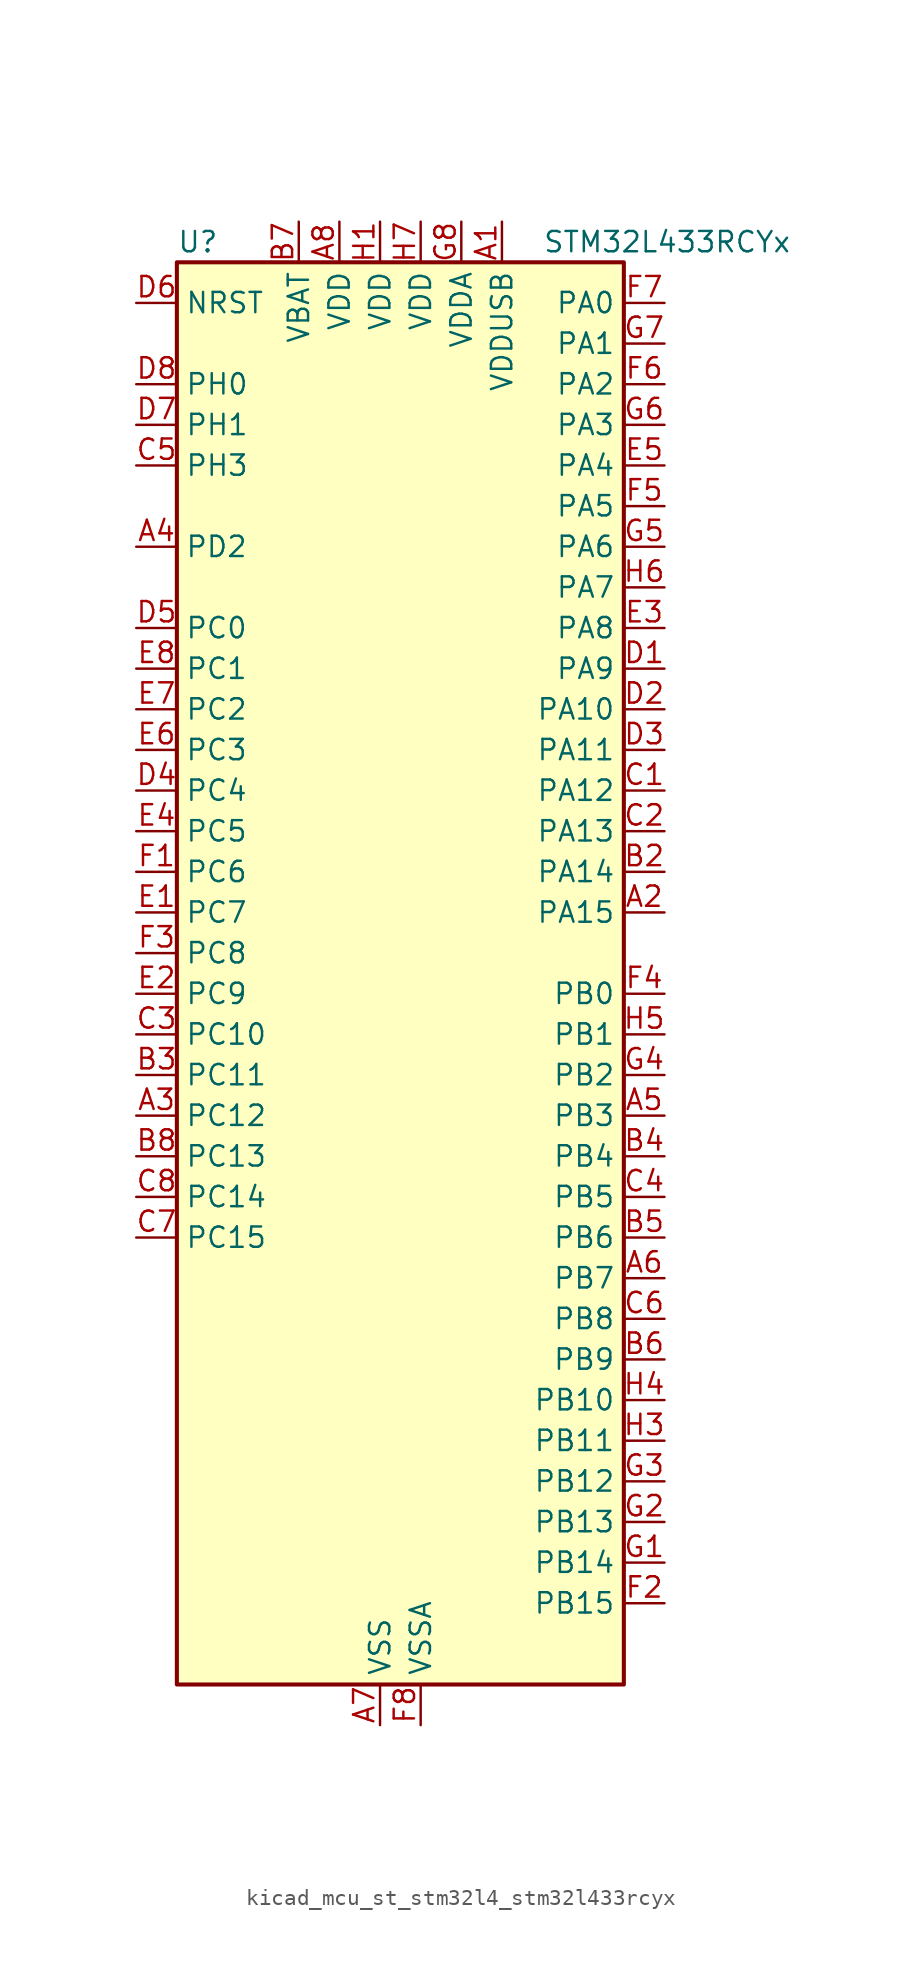
<source format=kicad_sym>
(kicad_symbol_lib
  (version 20220914)
  (generator kicad_symbol_editor)
  (symbol "kicad_mcu_st_stm32l4_stm32l433rcyx"
    (property "Reference" "U"
      (at -12.7 46.99 0)
      (effects (font (size 1.27 1.27)) (justify left)))
    (property "Value" "STM32L433RCYx"
      (at 10.16 46.99 0)
      (effects (font (size 1.27 1.27)) (justify left)))
    (property "ki_locked" ""
      (at 0 0 0)
      (effects (font (size 1.27 1.27))))
    (symbol "kicad_mcu_st_stm32l4_stm32l433rcyx_0_1"
      (rectangle (start -12.7 -43.18) (end 15.24 45.72) (stroke (width 0.254) (type default)) (fill (type background))))
    (symbol "kicad_mcu_st_stm32l4_stm32l433rcyx_1_1"
      (pin power_in line (at 7.62 48.26 270) (length 2.54) (name "VDDUSB" (effects (font (size 1.27 1.27)))) (number "A1" (effects (font (size 1.27 1.27)))))
      (pin bidirectional line (at 17.78 5.08 180) (length 2.54) (name "PA15" (effects (font (size 1.27 1.27)))) (number "A2" (effects (font (size 1.27 1.27)))) (alternate "ADC1_EXTI15" bidirectional line) (alternate "LCD_SEG17" bidirectional line) (alternate "SPI1_NSS" bidirectional line) (alternate "SPI3_NSS" bidirectional line) (alternate "SWPMI1_SUSPEND" bidirectional line) (alternate "SYS_JTDI" bidirectional line) (alternate "TIM2_CH1" bidirectional line) (alternate "TIM2_ETR" bidirectional line) (alternate "TSC_G3_IO1" bidirectional line) (alternate "USART2_RX" bidirectional line) (alternate "USART3_DE" bidirectional line) (alternate "USART3_RTS" bidirectional line))
      (pin bidirectional line (at -15.24 -7.62 0) (length 2.54) (name "PC12" (effects (font (size 1.27 1.27)))) (number "A3" (effects (font (size 1.27 1.27)))) (alternate "LCD_COM6" bidirectional line) (alternate "LCD_SEG30" bidirectional line) (alternate "LCD_SEG42" bidirectional line) (alternate "SDMMC1_CK" bidirectional line) (alternate "SPI3_MOSI" bidirectional line) (alternate "TSC_G3_IO4" bidirectional line) (alternate "USART3_CK" bidirectional line))
      (pin bidirectional line (at -15.24 27.94 0) (length 2.54) (name "PD2" (effects (font (size 1.27 1.27)))) (number "A4" (effects (font (size 1.27 1.27)))) (alternate "LCD_COM7" bidirectional line) (alternate "LCD_SEG31" bidirectional line) (alternate "LCD_SEG43" bidirectional line) (alternate "SDMMC1_CMD" bidirectional line) (alternate "TSC_SYNC" bidirectional line) (alternate "USART3_DE" bidirectional line) (alternate "USART3_RTS" bidirectional line))
      (pin bidirectional line (at 17.78 -7.62 180) (length 2.54) (name "PB3" (effects (font (size 1.27 1.27)))) (number "A5" (effects (font (size 1.27 1.27)))) (alternate "COMP2_INM" bidirectional line) (alternate "LCD_SEG7" bidirectional line) (alternate "SAI1_SCK_B" bidirectional line) (alternate "SPI1_SCK" bidirectional line) (alternate "SPI3_SCK" bidirectional line) (alternate "SYS_JTDO-SWO" bidirectional line) (alternate "TIM2_CH2" bidirectional line) (alternate "USART1_DE" bidirectional line) (alternate "USART1_RTS" bidirectional line))
      (pin bidirectional line (at 17.78 -17.78 180) (length 2.54) (name "PB7" (effects (font (size 1.27 1.27)))) (number "A6" (effects (font (size 1.27 1.27)))) (alternate "COMP2_INM" bidirectional line) (alternate "I2C1_SDA" bidirectional line) (alternate "LCD_SEG21" bidirectional line) (alternate "LPTIM1_IN2" bidirectional line) (alternate "SYS_PVD_IN" bidirectional line) (alternate "TSC_G2_IO4" bidirectional line) (alternate "USART1_RX" bidirectional line))
      (pin power_in line (at 0 -45.72 90) (length 2.54) (name "VSS" (effects (font (size 1.27 1.27)))) (number "A7" (effects (font (size 1.27 1.27)))))
      (pin power_in line (at -2.54 48.26 270) (length 2.54) (name "VDD" (effects (font (size 1.27 1.27)))) (number "A8" (effects (font (size 1.27 1.27)))))
      (pin passive line (at 0 -45.72 90) (length 2.54) hide (name "VSS" (effects (font (size 1.27 1.27)))) (number "B1" (effects (font (size 1.27 1.27)))))
      (pin bidirectional line (at 17.78 7.62 180) (length 2.54) (name "PA14" (effects (font (size 1.27 1.27)))) (number "B2" (effects (font (size 1.27 1.27)))) (alternate "I2C1_SMBA" bidirectional line) (alternate "LPTIM1_OUT" bidirectional line) (alternate "SAI1_FS_B" bidirectional line) (alternate "SWPMI1_RX" bidirectional line) (alternate "SYS_JTCK-SWCLK" bidirectional line))
      (pin bidirectional line (at -15.24 -5.08 0) (length 2.54) (name "PC11" (effects (font (size 1.27 1.27)))) (number "B3" (effects (font (size 1.27 1.27)))) (alternate "ADC1_EXTI11" bidirectional line) (alternate "LCD_COM5" bidirectional line) (alternate "LCD_SEG29" bidirectional line) (alternate "LCD_SEG41" bidirectional line) (alternate "SDMMC1_D3" bidirectional line) (alternate "SPI3_MISO" bidirectional line) (alternate "TSC_G3_IO3" bidirectional line) (alternate "USART3_RX" bidirectional line))
      (pin bidirectional line (at 17.78 -10.16 180) (length 2.54) (name "PB4" (effects (font (size 1.27 1.27)))) (number "B4" (effects (font (size 1.27 1.27)))) (alternate "COMP2_INP" bidirectional line) (alternate "I2C3_SDA" bidirectional line) (alternate "LCD_SEG8" bidirectional line) (alternate "SAI1_MCLK_B" bidirectional line) (alternate "SPI1_MISO" bidirectional line) (alternate "SPI3_MISO" bidirectional line) (alternate "SYS_JTRST" bidirectional line) (alternate "TSC_G2_IO1" bidirectional line) (alternate "USART1_CTS" bidirectional line))
      (pin bidirectional line (at 17.78 -15.24 180) (length 2.54) (name "PB6" (effects (font (size 1.27 1.27)))) (number "B5" (effects (font (size 1.27 1.27)))) (alternate "COMP2_INP" bidirectional line) (alternate "I2C1_SCL" bidirectional line) (alternate "LPTIM1_ETR" bidirectional line) (alternate "SAI1_FS_B" bidirectional line) (alternate "TIM16_CH1N" bidirectional line) (alternate "TSC_G2_IO3" bidirectional line) (alternate "USART1_TX" bidirectional line))
      (pin bidirectional line (at 17.78 -22.86 180) (length 2.54) (name "PB9" (effects (font (size 1.27 1.27)))) (number "B6" (effects (font (size 1.27 1.27)))) (alternate "CAN1_TX" bidirectional line) (alternate "DAC1_EXTI9" bidirectional line) (alternate "I2C1_SDA" bidirectional line) (alternate "IR_OUT" bidirectional line) (alternate "LCD_COM3" bidirectional line) (alternate "SAI1_FS_A" bidirectional line) (alternate "SDMMC1_D5" bidirectional line) (alternate "SPI2_NSS" bidirectional line))
      (pin power_in line (at -5.08 48.26 270) (length 2.54) (name "VBAT" (effects (font (size 1.27 1.27)))) (number "B7" (effects (font (size 1.27 1.27)))))
      (pin bidirectional line (at -15.24 -10.16 0) (length 2.54) (name "PC13" (effects (font (size 1.27 1.27)))) (number "B8" (effects (font (size 1.27 1.27)))) (alternate "RTC_OUT_ALARM" bidirectional line) (alternate "RTC_OUT_CALIB" bidirectional line) (alternate "RTC_TAMP1" bidirectional line) (alternate "RTC_TS" bidirectional line) (alternate "SYS_WKUP2" bidirectional line))
      (pin bidirectional line (at 17.78 12.7 180) (length 2.54) (name "PA12" (effects (font (size 1.27 1.27)))) (number "C1" (effects (font (size 1.27 1.27)))) (alternate "CAN1_TX" bidirectional line) (alternate "SPI1_MOSI" bidirectional line) (alternate "TIM1_ETR" bidirectional line) (alternate "USART1_DE" bidirectional line) (alternate "USART1_RTS" bidirectional line) (alternate "USB_DP" bidirectional line))
      (pin bidirectional line (at 17.78 10.16 180) (length 2.54) (name "PA13" (effects (font (size 1.27 1.27)))) (number "C2" (effects (font (size 1.27 1.27)))) (alternate "IR_OUT" bidirectional line) (alternate "SAI1_SD_B" bidirectional line) (alternate "SWPMI1_TX" bidirectional line) (alternate "SYS_JTMS-SWDIO" bidirectional line) (alternate "USB_NOE" bidirectional line))
      (pin bidirectional line (at -15.24 -2.54 0) (length 2.54) (name "PC10" (effects (font (size 1.27 1.27)))) (number "C3" (effects (font (size 1.27 1.27)))) (alternate "LCD_COM4" bidirectional line) (alternate "LCD_SEG28" bidirectional line) (alternate "LCD_SEG40" bidirectional line) (alternate "SDMMC1_D2" bidirectional line) (alternate "SPI3_SCK" bidirectional line) (alternate "TSC_G3_IO2" bidirectional line) (alternate "USART3_TX" bidirectional line))
      (pin bidirectional line (at 17.78 -12.7 180) (length 2.54) (name "PB5" (effects (font (size 1.27 1.27)))) (number "C4" (effects (font (size 1.27 1.27)))) (alternate "COMP2_OUT" bidirectional line) (alternate "I2C1_SMBA" bidirectional line) (alternate "LCD_SEG9" bidirectional line) (alternate "LPTIM1_IN1" bidirectional line) (alternate "SAI1_SD_B" bidirectional line) (alternate "SPI1_MOSI" bidirectional line) (alternate "SPI3_MOSI" bidirectional line) (alternate "TIM16_BKIN" bidirectional line) (alternate "TSC_G2_IO2" bidirectional line) (alternate "USART1_CK" bidirectional line))
      (pin bidirectional line (at -15.24 33.02 0) (length 2.54) (name "PH3" (effects (font (size 1.27 1.27)))) (number "C5" (effects (font (size 1.27 1.27)))))
      (pin bidirectional line (at 17.78 -20.32 180) (length 2.54) (name "PB8" (effects (font (size 1.27 1.27)))) (number "C6" (effects (font (size 1.27 1.27)))) (alternate "CAN1_RX" bidirectional line) (alternate "I2C1_SCL" bidirectional line) (alternate "LCD_SEG16" bidirectional line) (alternate "SAI1_MCLK_A" bidirectional line) (alternate "SDMMC1_D4" bidirectional line) (alternate "TIM16_CH1" bidirectional line))
      (pin bidirectional line (at -15.24 -15.24 0) (length 2.54) (name "PC15" (effects (font (size 1.27 1.27)))) (number "C7" (effects (font (size 1.27 1.27)))) (alternate "ADC1_EXTI15" bidirectional line) (alternate "RCC_OSC32_OUT" bidirectional line))
      (pin bidirectional line (at -15.24 -12.7 0) (length 2.54) (name "PC14" (effects (font (size 1.27 1.27)))) (number "C8" (effects (font (size 1.27 1.27)))) (alternate "RCC_OSC32_IN" bidirectional line))
      (pin bidirectional line (at 17.78 20.32 180) (length 2.54) (name "PA9" (effects (font (size 1.27 1.27)))) (number "D1" (effects (font (size 1.27 1.27)))) (alternate "DAC1_EXTI9" bidirectional line) (alternate "I2C1_SCL" bidirectional line) (alternate "LCD_COM1" bidirectional line) (alternate "SAI1_FS_A" bidirectional line) (alternate "TIM15_BKIN" bidirectional line) (alternate "TIM1_CH2" bidirectional line) (alternate "USART1_TX" bidirectional line))
      (pin bidirectional line (at 17.78 17.78 180) (length 2.54) (name "PA10" (effects (font (size 1.27 1.27)))) (number "D2" (effects (font (size 1.27 1.27)))) (alternate "CRS_SYNC" bidirectional line) (alternate "I2C1_SDA" bidirectional line) (alternate "LCD_COM2" bidirectional line) (alternate "SAI1_SD_A" bidirectional line) (alternate "TIM1_CH3" bidirectional line) (alternate "USART1_RX" bidirectional line))
      (pin bidirectional line (at 17.78 15.24 180) (length 2.54) (name "PA11" (effects (font (size 1.27 1.27)))) (number "D3" (effects (font (size 1.27 1.27)))) (alternate "ADC1_EXTI11" bidirectional line) (alternate "CAN1_RX" bidirectional line) (alternate "COMP1_OUT" bidirectional line) (alternate "SPI1_MISO" bidirectional line) (alternate "TIM1_BKIN2" bidirectional line) (alternate "TIM1_BKIN2_COMP1" bidirectional line) (alternate "TIM1_CH4" bidirectional line) (alternate "USART1_CTS" bidirectional line) (alternate "USB_DM" bidirectional line))
      (pin bidirectional line (at -15.24 12.7 0) (length 2.54) (name "PC4" (effects (font (size 1.27 1.27)))) (number "D4" (effects (font (size 1.27 1.27)))) (alternate "ADC1_IN13" bidirectional line) (alternate "COMP1_INM" bidirectional line) (alternate "LCD_SEG22" bidirectional line) (alternate "USART3_TX" bidirectional line))
      (pin bidirectional line (at -15.24 22.86 0) (length 2.54) (name "PC0" (effects (font (size 1.27 1.27)))) (number "D5" (effects (font (size 1.27 1.27)))) (alternate "ADC1_IN1" bidirectional line) (alternate "I2C3_SCL" bidirectional line) (alternate "LCD_SEG18" bidirectional line) (alternate "LPTIM1_IN1" bidirectional line) (alternate "LPTIM2_IN1" bidirectional line) (alternate "LPUART1_RX" bidirectional line))
      (pin input line (at -15.24 43.18 0) (length 2.54) (name "NRST" (effects (font (size 1.27 1.27)))) (number "D6" (effects (font (size 1.27 1.27)))))
      (pin bidirectional line (at -15.24 35.56 0) (length 2.54) (name "PH1" (effects (font (size 1.27 1.27)))) (number "D7" (effects (font (size 1.27 1.27)))) (alternate "RCC_OSC_OUT" bidirectional line))
      (pin bidirectional line (at -15.24 38.1 0) (length 2.54) (name "PH0" (effects (font (size 1.27 1.27)))) (number "D8" (effects (font (size 1.27 1.27)))) (alternate "RCC_OSC_IN" bidirectional line))
      (pin bidirectional line (at -15.24 5.08 0) (length 2.54) (name "PC7" (effects (font (size 1.27 1.27)))) (number "E1" (effects (font (size 1.27 1.27)))) (alternate "LCD_SEG25" bidirectional line) (alternate "SDMMC1_D7" bidirectional line) (alternate "TSC_G4_IO2" bidirectional line))
      (pin bidirectional line (at -15.24 0 0) (length 2.54) (name "PC9" (effects (font (size 1.27 1.27)))) (number "E2" (effects (font (size 1.27 1.27)))) (alternate "DAC1_EXTI9" bidirectional line) (alternate "LCD_SEG27" bidirectional line) (alternate "SDMMC1_D1" bidirectional line) (alternate "TSC_G4_IO4" bidirectional line) (alternate "USB_NOE" bidirectional line))
      (pin bidirectional line (at 17.78 22.86 180) (length 2.54) (name "PA8" (effects (font (size 1.27 1.27)))) (number "E3" (effects (font (size 1.27 1.27)))) (alternate "LCD_COM0" bidirectional line) (alternate "LPTIM2_OUT" bidirectional line) (alternate "RCC_MCO" bidirectional line) (alternate "SAI1_SCK_A" bidirectional line) (alternate "SWPMI1_IO" bidirectional line) (alternate "TIM1_CH1" bidirectional line) (alternate "USART1_CK" bidirectional line))
      (pin bidirectional line (at -15.24 10.16 0) (length 2.54) (name "PC5" (effects (font (size 1.27 1.27)))) (number "E4" (effects (font (size 1.27 1.27)))) (alternate "ADC1_IN14" bidirectional line) (alternate "COMP1_INP" bidirectional line) (alternate "LCD_SEG23" bidirectional line) (alternate "SYS_WKUP5" bidirectional line) (alternate "USART3_RX" bidirectional line))
      (pin bidirectional line (at 17.78 33.02 180) (length 2.54) (name "PA4" (effects (font (size 1.27 1.27)))) (number "E5" (effects (font (size 1.27 1.27)))) (alternate "ADC1_IN9" bidirectional line) (alternate "COMP1_INM" bidirectional line) (alternate "COMP2_INM" bidirectional line) (alternate "DAC1_OUT1" bidirectional line) (alternate "LPTIM2_OUT" bidirectional line) (alternate "SAI1_FS_B" bidirectional line) (alternate "SPI1_NSS" bidirectional line) (alternate "SPI3_NSS" bidirectional line) (alternate "USART2_CK" bidirectional line))
      (pin bidirectional line (at -15.24 15.24 0) (length 2.54) (name "PC3" (effects (font (size 1.27 1.27)))) (number "E6" (effects (font (size 1.27 1.27)))) (alternate "ADC1_IN4" bidirectional line) (alternate "LCD_VLCD" bidirectional line) (alternate "LPTIM1_ETR" bidirectional line) (alternate "LPTIM2_ETR" bidirectional line) (alternate "SAI1_SD_A" bidirectional line) (alternate "SPI2_MOSI" bidirectional line))
      (pin bidirectional line (at -15.24 17.78 0) (length 2.54) (name "PC2" (effects (font (size 1.27 1.27)))) (number "E7" (effects (font (size 1.27 1.27)))) (alternate "ADC1_IN3" bidirectional line) (alternate "LCD_SEG20" bidirectional line) (alternate "LPTIM1_IN2" bidirectional line) (alternate "SPI2_MISO" bidirectional line))
      (pin bidirectional line (at -15.24 20.32 0) (length 2.54) (name "PC1" (effects (font (size 1.27 1.27)))) (number "E8" (effects (font (size 1.27 1.27)))) (alternate "ADC1_IN2" bidirectional line) (alternate "I2C3_SDA" bidirectional line) (alternate "LCD_SEG19" bidirectional line) (alternate "LPTIM1_OUT" bidirectional line) (alternate "LPUART1_TX" bidirectional line))
      (pin bidirectional line (at -15.24 7.62 0) (length 2.54) (name "PC6" (effects (font (size 1.27 1.27)))) (number "F1" (effects (font (size 1.27 1.27)))) (alternate "LCD_SEG24" bidirectional line) (alternate "SDMMC1_D6" bidirectional line) (alternate "TSC_G4_IO1" bidirectional line))
      (pin bidirectional line (at 17.78 -38.1 180) (length 2.54) (name "PB15" (effects (font (size 1.27 1.27)))) (number "F2" (effects (font (size 1.27 1.27)))) (alternate "ADC1_EXTI15" bidirectional line) (alternate "LCD_SEG15" bidirectional line) (alternate "RTC_REFIN" bidirectional line) (alternate "SAI1_SD_A" bidirectional line) (alternate "SPI2_MOSI" bidirectional line) (alternate "SWPMI1_SUSPEND" bidirectional line) (alternate "TIM15_CH2" bidirectional line) (alternate "TIM1_CH3N" bidirectional line) (alternate "TSC_G1_IO4" bidirectional line))
      (pin bidirectional line (at -15.24 2.54 0) (length 2.54) (name "PC8" (effects (font (size 1.27 1.27)))) (number "F3" (effects (font (size 1.27 1.27)))) (alternate "LCD_SEG26" bidirectional line) (alternate "SDMMC1_D0" bidirectional line) (alternate "TSC_G4_IO3" bidirectional line))
      (pin bidirectional line (at 17.78 0 180) (length 2.54) (name "PB0" (effects (font (size 1.27 1.27)))) (number "F4" (effects (font (size 1.27 1.27)))) (alternate "ADC1_IN15" bidirectional line) (alternate "COMP1_OUT" bidirectional line) (alternate "LCD_SEG5" bidirectional line) (alternate "QUADSPI_BK1_IO1" bidirectional line) (alternate "SAI1_EXTCLK" bidirectional line) (alternate "SPI1_NSS" bidirectional line) (alternate "TIM1_CH2N" bidirectional line) (alternate "USART3_CK" bidirectional line))
      (pin bidirectional line (at 17.78 30.48 180) (length 2.54) (name "PA5" (effects (font (size 1.27 1.27)))) (number "F5" (effects (font (size 1.27 1.27)))) (alternate "ADC1_IN10" bidirectional line) (alternate "COMP1_INM" bidirectional line) (alternate "COMP2_INM" bidirectional line) (alternate "DAC1_OUT2" bidirectional line) (alternate "LPTIM2_ETR" bidirectional line) (alternate "SPI1_SCK" bidirectional line) (alternate "TIM2_CH1" bidirectional line) (alternate "TIM2_ETR" bidirectional line))
      (pin bidirectional line (at 17.78 38.1 180) (length 2.54) (name "PA2" (effects (font (size 1.27 1.27)))) (number "F6" (effects (font (size 1.27 1.27)))) (alternate "ADC1_IN7" bidirectional line) (alternate "COMP2_INM" bidirectional line) (alternate "COMP2_OUT" bidirectional line) (alternate "LCD_SEG1" bidirectional line) (alternate "LPUART1_TX" bidirectional line) (alternate "QUADSPI_BK1_NCS" bidirectional line) (alternate "RCC_LSCO" bidirectional line) (alternate "SYS_WKUP4" bidirectional line) (alternate "TIM15_CH1" bidirectional line) (alternate "TIM2_CH3" bidirectional line) (alternate "USART2_TX" bidirectional line))
      (pin bidirectional line (at 17.78 43.18 180) (length 2.54) (name "PA0" (effects (font (size 1.27 1.27)))) (number "F7" (effects (font (size 1.27 1.27)))) (alternate "ADC1_IN5" bidirectional line) (alternate "COMP1_INM" bidirectional line) (alternate "COMP1_OUT" bidirectional line) (alternate "OPAMP1_VINP" bidirectional line) (alternate "RTC_TAMP2" bidirectional line) (alternate "SAI1_EXTCLK" bidirectional line) (alternate "SYS_WKUP1" bidirectional line) (alternate "TIM2_CH1" bidirectional line) (alternate "TIM2_ETR" bidirectional line) (alternate "USART2_CTS" bidirectional line))
      (pin power_in line (at 2.54 -45.72 90) (length 2.54) (name "VSSA" (effects (font (size 1.27 1.27)))) (number "F8" (effects (font (size 1.27 1.27)))))
      (pin bidirectional line (at 17.78 -35.56 180) (length 2.54) (name "PB14" (effects (font (size 1.27 1.27)))) (number "G1" (effects (font (size 1.27 1.27)))) (alternate "I2C2_SDA" bidirectional line) (alternate "LCD_SEG14" bidirectional line) (alternate "SAI1_MCLK_A" bidirectional line) (alternate "SPI2_MISO" bidirectional line) (alternate "SWPMI1_RX" bidirectional line) (alternate "TIM15_CH1" bidirectional line) (alternate "TIM1_CH2N" bidirectional line) (alternate "TSC_G1_IO3" bidirectional line) (alternate "USART3_DE" bidirectional line) (alternate "USART3_RTS" bidirectional line))
      (pin bidirectional line (at 17.78 -33.02 180) (length 2.54) (name "PB13" (effects (font (size 1.27 1.27)))) (number "G2" (effects (font (size 1.27 1.27)))) (alternate "I2C2_SCL" bidirectional line) (alternate "LCD_SEG13" bidirectional line) (alternate "LPUART1_CTS" bidirectional line) (alternate "SAI1_SCK_A" bidirectional line) (alternate "SPI2_SCK" bidirectional line) (alternate "SWPMI1_TX" bidirectional line) (alternate "TIM15_CH1N" bidirectional line) (alternate "TIM1_CH1N" bidirectional line) (alternate "TSC_G1_IO2" bidirectional line) (alternate "USART3_CTS" bidirectional line))
      (pin bidirectional line (at 17.78 -30.48 180) (length 2.54) (name "PB12" (effects (font (size 1.27 1.27)))) (number "G3" (effects (font (size 1.27 1.27)))) (alternate "I2C2_SMBA" bidirectional line) (alternate "LCD_SEG12" bidirectional line) (alternate "LPUART1_DE" bidirectional line) (alternate "LPUART1_RTS" bidirectional line) (alternate "SAI1_FS_A" bidirectional line) (alternate "SPI2_NSS" bidirectional line) (alternate "SWPMI1_IO" bidirectional line) (alternate "TIM15_BKIN" bidirectional line) (alternate "TIM1_BKIN" bidirectional line) (alternate "TIM1_BKIN_COMP2" bidirectional line) (alternate "TSC_G1_IO1" bidirectional line) (alternate "USART3_CK" bidirectional line))
      (pin bidirectional line (at 17.78 -5.08 180) (length 2.54) (name "PB2" (effects (font (size 1.27 1.27)))) (number "G4" (effects (font (size 1.27 1.27)))) (alternate "COMP1_INP" bidirectional line) (alternate "I2C3_SMBA" bidirectional line) (alternate "LCD_VLCD" bidirectional line) (alternate "LPTIM1_OUT" bidirectional line) (alternate "RTC_OUT_ALARM" bidirectional line) (alternate "RTC_OUT_CALIB" bidirectional line))
      (pin bidirectional line (at 17.78 27.94 180) (length 2.54) (name "PA6" (effects (font (size 1.27 1.27)))) (number "G5" (effects (font (size 1.27 1.27)))) (alternate "ADC1_IN11" bidirectional line) (alternate "COMP1_OUT" bidirectional line) (alternate "LCD_SEG3" bidirectional line) (alternate "LPUART1_CTS" bidirectional line) (alternate "QUADSPI_BK1_IO3" bidirectional line) (alternate "SPI1_MISO" bidirectional line) (alternate "TIM16_CH1" bidirectional line) (alternate "TIM1_BKIN" bidirectional line) (alternate "TIM1_BKIN_COMP2" bidirectional line) (alternate "USART3_CTS" bidirectional line))
      (pin bidirectional line (at 17.78 35.56 180) (length 2.54) (name "PA3" (effects (font (size 1.27 1.27)))) (number "G6" (effects (font (size 1.27 1.27)))) (alternate "ADC1_IN8" bidirectional line) (alternate "COMP2_INP" bidirectional line) (alternate "LCD_SEG2" bidirectional line) (alternate "LPUART1_RX" bidirectional line) (alternate "OPAMP1_VOUT" bidirectional line) (alternate "QUADSPI_CLK" bidirectional line) (alternate "SAI1_MCLK_A" bidirectional line) (alternate "TIM15_CH2" bidirectional line) (alternate "TIM2_CH4" bidirectional line) (alternate "USART2_RX" bidirectional line))
      (pin bidirectional line (at 17.78 40.64 180) (length 2.54) (name "PA1" (effects (font (size 1.27 1.27)))) (number "G7" (effects (font (size 1.27 1.27)))) (alternate "ADC1_IN6" bidirectional line) (alternate "COMP1_INP" bidirectional line) (alternate "I2C1_SMBA" bidirectional line) (alternate "LCD_SEG0" bidirectional line) (alternate "OPAMP1_VINM" bidirectional line) (alternate "SPI1_SCK" bidirectional line) (alternate "TIM15_CH1N" bidirectional line) (alternate "TIM2_CH2" bidirectional line) (alternate "USART2_DE" bidirectional line) (alternate "USART2_RTS" bidirectional line))
      (pin power_in line (at 5.08 48.26 270) (length 2.54) (name "VDDA" (effects (font (size 1.27 1.27)))) (number "G8" (effects (font (size 1.27 1.27)))))
      (pin power_in line (at 0 48.26 270) (length 2.54) (name "VDD" (effects (font (size 1.27 1.27)))) (number "H1" (effects (font (size 1.27 1.27)))))
      (pin passive line (at 0 -45.72 90) (length 2.54) hide (name "VSS" (effects (font (size 1.27 1.27)))) (number "H2" (effects (font (size 1.27 1.27)))))
      (pin bidirectional line (at 17.78 -27.94 180) (length 2.54) (name "PB11" (effects (font (size 1.27 1.27)))) (number "H3" (effects (font (size 1.27 1.27)))) (alternate "ADC1_EXTI11" bidirectional line) (alternate "COMP2_OUT" bidirectional line) (alternate "I2C2_SDA" bidirectional line) (alternate "LCD_SEG11" bidirectional line) (alternate "LPUART1_TX" bidirectional line) (alternate "QUADSPI_BK1_NCS" bidirectional line) (alternate "TIM2_CH4" bidirectional line) (alternate "USART3_RX" bidirectional line))
      (pin bidirectional line (at 17.78 -25.4 180) (length 2.54) (name "PB10" (effects (font (size 1.27 1.27)))) (number "H4" (effects (font (size 1.27 1.27)))) (alternate "COMP1_OUT" bidirectional line) (alternate "I2C2_SCL" bidirectional line) (alternate "LCD_SEG10" bidirectional line) (alternate "LPUART1_RX" bidirectional line) (alternate "QUADSPI_CLK" bidirectional line) (alternate "SAI1_SCK_A" bidirectional line) (alternate "SPI2_SCK" bidirectional line) (alternate "TIM2_CH3" bidirectional line) (alternate "TSC_SYNC" bidirectional line) (alternate "USART3_TX" bidirectional line))
      (pin bidirectional line (at 17.78 -2.54 180) (length 2.54) (name "PB1" (effects (font (size 1.27 1.27)))) (number "H5" (effects (font (size 1.27 1.27)))) (alternate "ADC1_IN16" bidirectional line) (alternate "COMP1_INM" bidirectional line) (alternate "LCD_SEG6" bidirectional line) (alternate "LPTIM2_IN1" bidirectional line) (alternate "LPUART1_DE" bidirectional line) (alternate "LPUART1_RTS" bidirectional line) (alternate "QUADSPI_BK1_IO0" bidirectional line) (alternate "TIM1_CH3N" bidirectional line) (alternate "USART3_DE" bidirectional line) (alternate "USART3_RTS" bidirectional line))
      (pin bidirectional line (at 17.78 25.4 180) (length 2.54) (name "PA7" (effects (font (size 1.27 1.27)))) (number "H6" (effects (font (size 1.27 1.27)))) (alternate "ADC1_IN12" bidirectional line) (alternate "COMP2_OUT" bidirectional line) (alternate "I2C3_SCL" bidirectional line) (alternate "LCD_SEG4" bidirectional line) (alternate "QUADSPI_BK1_IO2" bidirectional line) (alternate "SPI1_MOSI" bidirectional line) (alternate "TIM1_CH1N" bidirectional line))
      (pin power_in line (at 2.54 48.26 270) (length 2.54) (name "VDD" (effects (font (size 1.27 1.27)))) (number "H7" (effects (font (size 1.27 1.27)))))
      (pin passive line (at 0 -45.72 90) (length 2.54) hide (name "VSS" (effects (font (size 1.27 1.27)))) (number "H8" (effects (font (size 1.27 1.27))))))))
</source>
